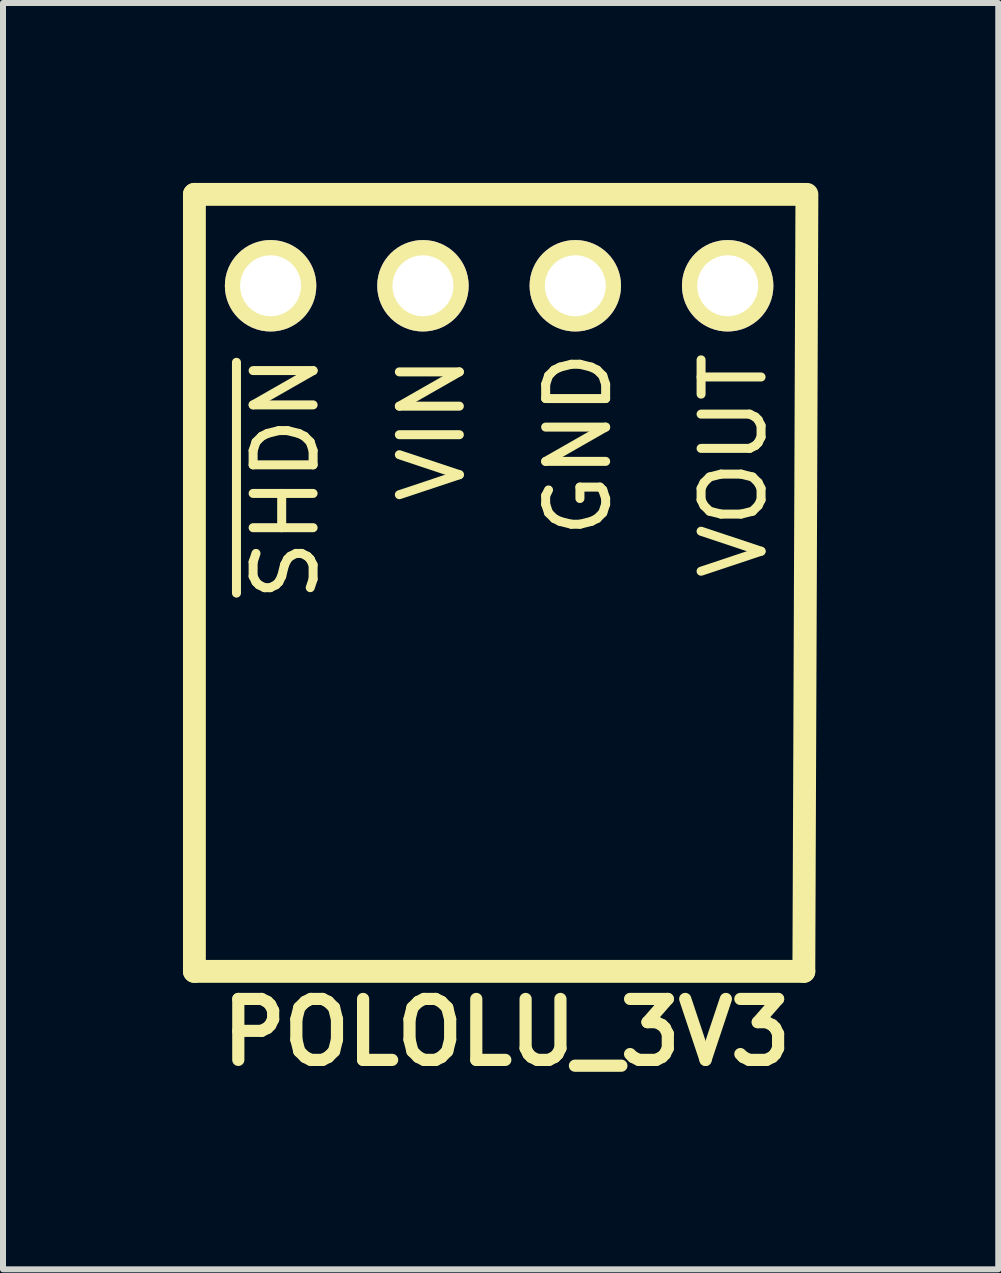
<source format=kicad_pcb>
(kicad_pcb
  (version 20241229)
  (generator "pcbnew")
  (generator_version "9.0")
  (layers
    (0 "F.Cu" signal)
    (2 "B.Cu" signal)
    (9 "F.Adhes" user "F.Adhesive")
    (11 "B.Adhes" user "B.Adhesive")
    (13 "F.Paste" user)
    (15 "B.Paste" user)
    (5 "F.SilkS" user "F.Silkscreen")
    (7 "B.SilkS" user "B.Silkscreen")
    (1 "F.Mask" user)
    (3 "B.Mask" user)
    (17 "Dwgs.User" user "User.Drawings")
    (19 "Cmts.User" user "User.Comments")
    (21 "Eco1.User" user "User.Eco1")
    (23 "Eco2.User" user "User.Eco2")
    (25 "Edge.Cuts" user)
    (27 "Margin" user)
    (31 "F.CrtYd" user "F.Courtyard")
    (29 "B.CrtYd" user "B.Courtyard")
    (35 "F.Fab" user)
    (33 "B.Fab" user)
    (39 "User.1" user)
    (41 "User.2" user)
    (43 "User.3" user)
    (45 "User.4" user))
  (footprint "POLOLU_3V3"
    (layer "F.Cu")
    (at 5.271 1.714)
    (property "Reference" "POLOLU_3V3" (at 0.127 12.446 0) (layer "F.SilkS") (effects (font (size 1.016 1.016) (thickness 0.203))))
    (attr through_hole)
    (fp_line (start -5.08 -1.524) (end -5.08 11.43) (stroke (width 0.381) (type solid)) (layer "F.SilkS"))
    (fp_line (start -5.08 -1.524) (end 5.08 -1.524) (stroke (width 0.381) (type solid)) (layer "F.SilkS"))
    (fp_line (start -5.08 11.43) (end 5.08 11.43) (stroke (width 0.381) (type solid)) (layer "F.SilkS"))
    (fp_line (start 5.131 -1.524) (end 5.08 11.43) (stroke (width 0.381) (type solid)) (layer "F.SilkS"))
    (fp_text user "~{SHDN}" (at -3.556 3.2 90) (layer "F.SilkS") (effects (font (size 1 1) (thickness 0.15))))
    (fp_text user "VIN" (at -1.118 2.388 90) (layer "F.SilkS") (effects (font (size 1 1) (thickness 0.15))))
    (fp_text user "GND" (at 1.321 2.642 90) (layer "F.SilkS") (effects (font (size 1 1) (thickness 0.15))))
    (fp_text user "VOUT" (at 3.912 2.997 90) (layer "F.SilkS") (effects (font (size 1 1) (thickness 0.15))))
    (pad "1" thru_hole circle (at -3.81 0) (size 1.524 1.524) (drill 1.016) (layers "*.Cu" "*.Mask" "F.SilkS"))
    (pad "2" thru_hole circle (at -1.27 0) (size 1.524 1.524) (drill 1.016) (layers "*.Cu" "*.Mask" "F.SilkS"))
    (pad "3" thru_hole circle (at 1.27 0) (size 1.524 1.524) (drill 1.016) (layers "*.Cu" "*.Mask" "F.SilkS"))
    (pad "4" thru_hole circle (at 3.81 0) (size 1.524 1.524) (drill 1.016) (layers "*.Cu" "*.Mask" "F.SilkS")))
  (gr_rect
    (start -3 -3)
    (end 13.592 18.111)
    (stroke (width 0.1) (type default))
    (fill no)
    (layer "Edge.Cuts")))
</source>
